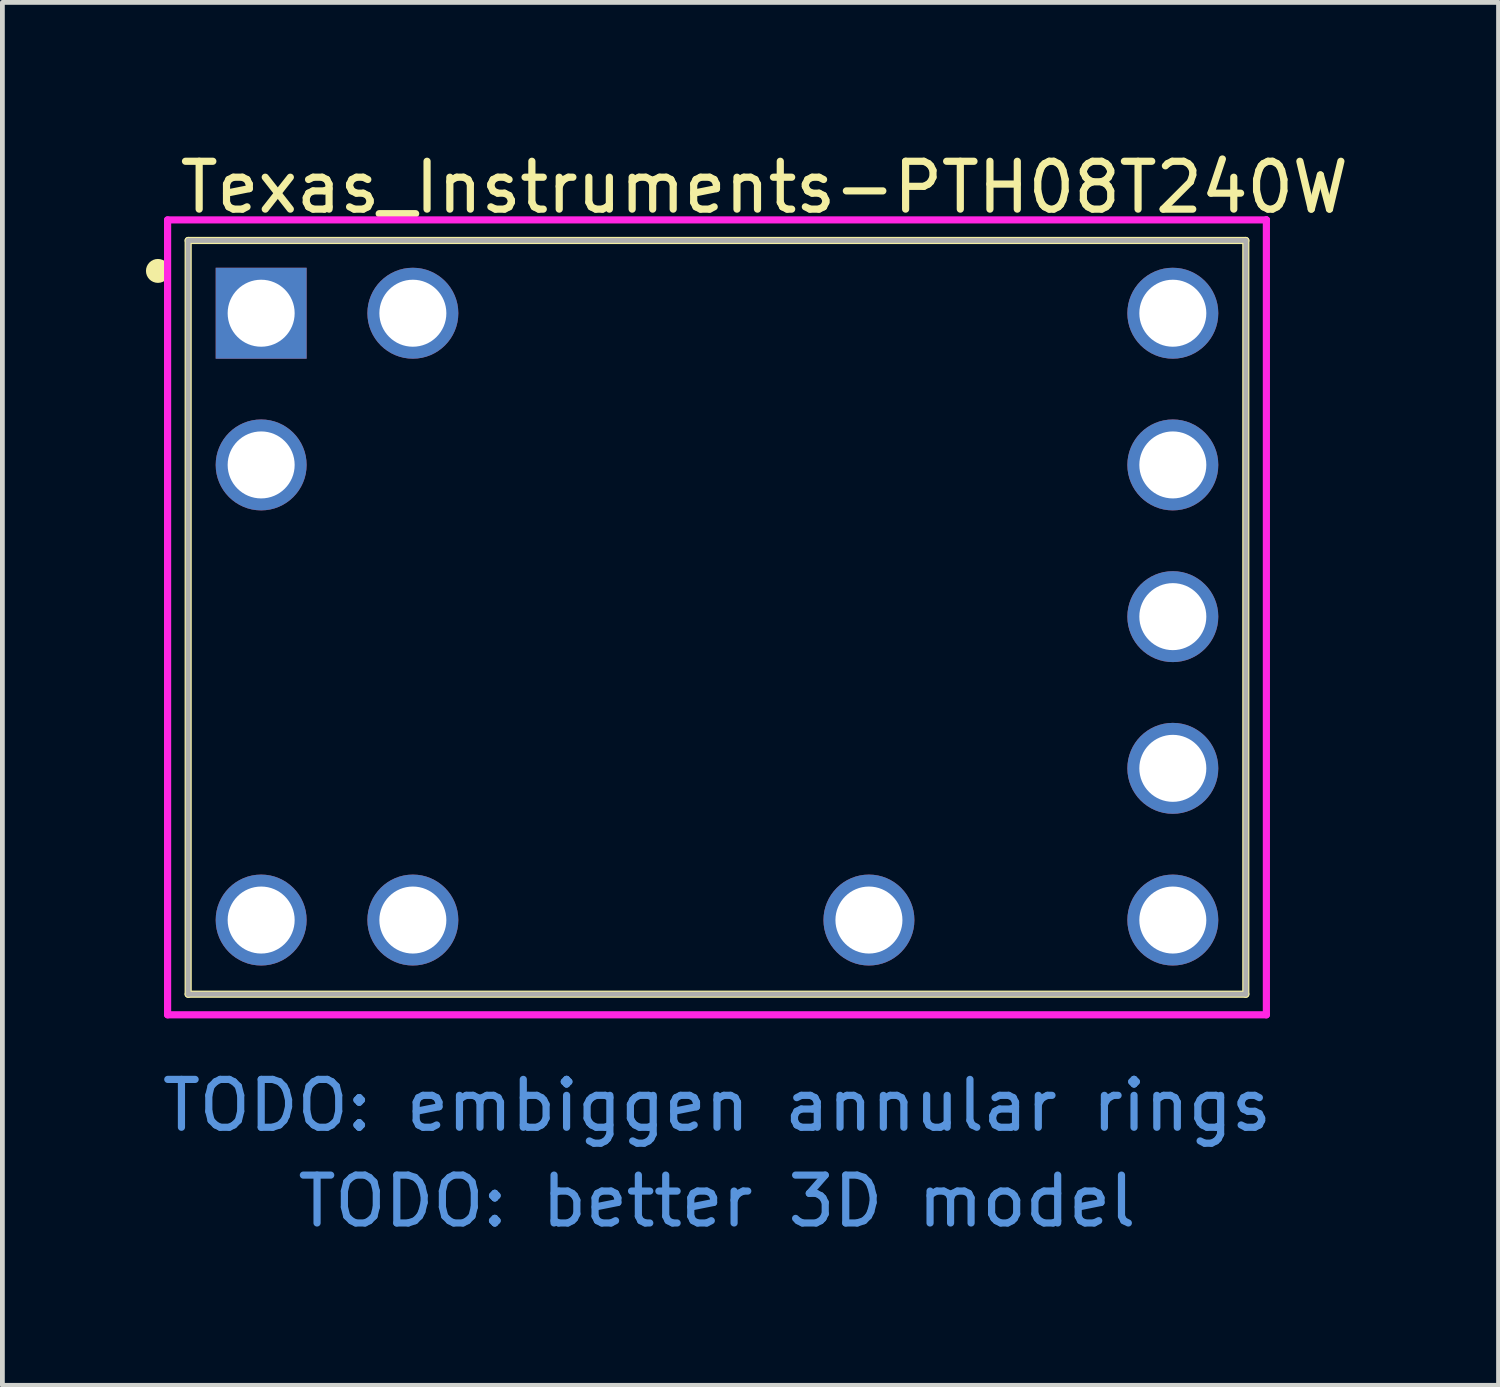
<source format=kicad_pcb>
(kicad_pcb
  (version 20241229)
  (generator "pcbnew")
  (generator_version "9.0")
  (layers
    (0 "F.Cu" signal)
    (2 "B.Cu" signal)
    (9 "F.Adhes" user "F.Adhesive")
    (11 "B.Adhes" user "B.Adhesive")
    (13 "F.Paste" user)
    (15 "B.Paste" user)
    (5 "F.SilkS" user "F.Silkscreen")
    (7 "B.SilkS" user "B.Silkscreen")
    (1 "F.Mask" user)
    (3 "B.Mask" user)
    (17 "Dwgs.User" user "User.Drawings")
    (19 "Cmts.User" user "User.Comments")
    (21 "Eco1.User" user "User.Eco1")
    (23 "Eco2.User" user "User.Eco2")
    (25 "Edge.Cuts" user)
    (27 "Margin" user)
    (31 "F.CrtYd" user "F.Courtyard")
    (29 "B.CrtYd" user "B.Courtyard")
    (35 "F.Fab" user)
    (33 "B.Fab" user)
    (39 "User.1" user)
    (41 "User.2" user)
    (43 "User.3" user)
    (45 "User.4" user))
  (footprint "Texas_Instruments-PTH08T240W"
    (layer "F.Cu")
    (at 11.932 9.85)
    (property "Reference" "Texas_Instruments-PTH08T240W" (at -11.3 -8.4 0) (layer "F.SilkS") (effects (font (size 1 1) (thickness 0.15)) (justify left bottom)))
    (attr through_hole)
    (fp_line (start -11.05 -7.875) (end 11.05 -7.875) (stroke (width 0.15) (type solid)) (layer "F.SilkS"))
    (fp_line (start -11.05 7.875) (end -11.05 -7.875) (stroke (width 0.15) (type solid)) (layer "F.SilkS"))
    (fp_line (start -11.05 7.875) (end 11.05 7.875) (stroke (width 0.15) (type solid)) (layer "F.SilkS"))
    (fp_line (start 11.05 7.875) (end 11.05 -7.875) (stroke (width 0.15) (type solid)) (layer "F.SilkS"))
    (fp_circle (center -11.682 -7.239) (end -11.557 -7.239) (stroke (width 0.25) (type solid)) (fill no) (layer "F.SilkS"))
    (fp_line (start -11.48 -8.305) (end -11.48 8.305) (stroke (width 0.15) (type solid)) (layer "F.CrtYd"))
    (fp_line (start -11.48 8.305) (end 11.48 8.305) (stroke (width 0.15) (type solid)) (layer "F.CrtYd"))
    (fp_line (start 11.48 -8.305) (end -11.48 -8.305) (stroke (width 0.15) (type solid)) (layer "F.CrtYd"))
    (fp_line (start 11.48 -8.305) (end 11.48 -8.305) (stroke (width 0.15) (type solid)) (layer "F.CrtYd"))
    (fp_line (start 11.48 8.305) (end 11.48 -8.305) (stroke (width 0.15) (type solid)) (layer "F.CrtYd"))
    (fp_line (start -11.05 -7.875) (end 11.05 -7.875) (stroke (width 0.1) (type solid)) (layer "F.Fab"))
    (fp_line (start -11.05 7.875) (end -11.05 -7.875) (stroke (width 0.1) (type solid)) (layer "F.Fab"))
    (fp_line (start -11.05 7.875) (end 11.05 7.875) (stroke (width 0.1) (type solid)) (layer "F.Fab"))
    (fp_line (start 11.05 7.875) (end 11.05 -7.875) (stroke (width 0.1) (type solid)) (layer "F.Fab"))
    (fp_text user "TODO: embiggen annular rings" (at 0 10.2 0) (unlocked yes) (layer "Cmts.User") (effects (font (size 1 1) (thickness 0.15))))
    (fp_text user "TODO: better 3D model" (at 0 12.2 0) (unlocked yes) (layer "Cmts.User") (effects (font (size 1 1) (thickness 0.15))))
    (pad "1" thru_hole rect (at -9.525 -6.355) (size 1.9 1.9) (drill 1.4) (layers "*.Cu" "*.Mask"))
    (pad "2" thru_hole circle (at -9.525 -3.185) (size 1.9 1.9) (drill 1.4) (layers "*.Cu" "*.Mask"))
    (pad "3" thru_hole circle (at -9.525 6.325) (size 1.9 1.9) (drill 1.4) (layers "*.Cu" "*.Mask"))
    (pad "4" thru_hole circle (at -6.355 6.325) (size 1.9 1.9) (drill 1.4) (layers "*.Cu" "*.Mask"))
    (pad "5" thru_hole circle (at 3.175 6.325) (size 1.9 1.9) (drill 1.4) (layers "*.Cu" "*.Mask"))
    (pad "6" thru_hole circle (at 9.525 6.325) (size 1.9 1.9) (drill 1.4) (layers "*.Cu" "*.Mask"))
    (pad "7" thru_hole circle (at 9.525 3.155) (size 1.9 1.9) (drill 1.4) (layers "*.Cu" "*.Mask"))
    (pad "8" thru_hole circle (at 9.525 -0.015) (size 1.9 1.9) (drill 1.4) (layers "*.Cu" "*.Mask"))
    (pad "9" thru_hole circle (at 9.525 -3.185) (size 1.9 1.9) (drill 1.4) (layers "*.Cu" "*.Mask"))
    (pad "10" thru_hole circle (at 9.525 -6.355) (size 1.9 1.9) (drill 1.4) (layers "*.Cu" "*.Mask"))
    (pad "11" thru_hole circle (at -6.355 -6.355) (size 1.9 1.9) (drill 1.4) (layers "*.Cu" "*.Mask")))
  (gr_rect
    (start -3 -3)
    (end 28.263 25.898)
    (stroke (width 0.1) (type default))
    (fill no)
    (layer "Edge.Cuts")))
</source>
